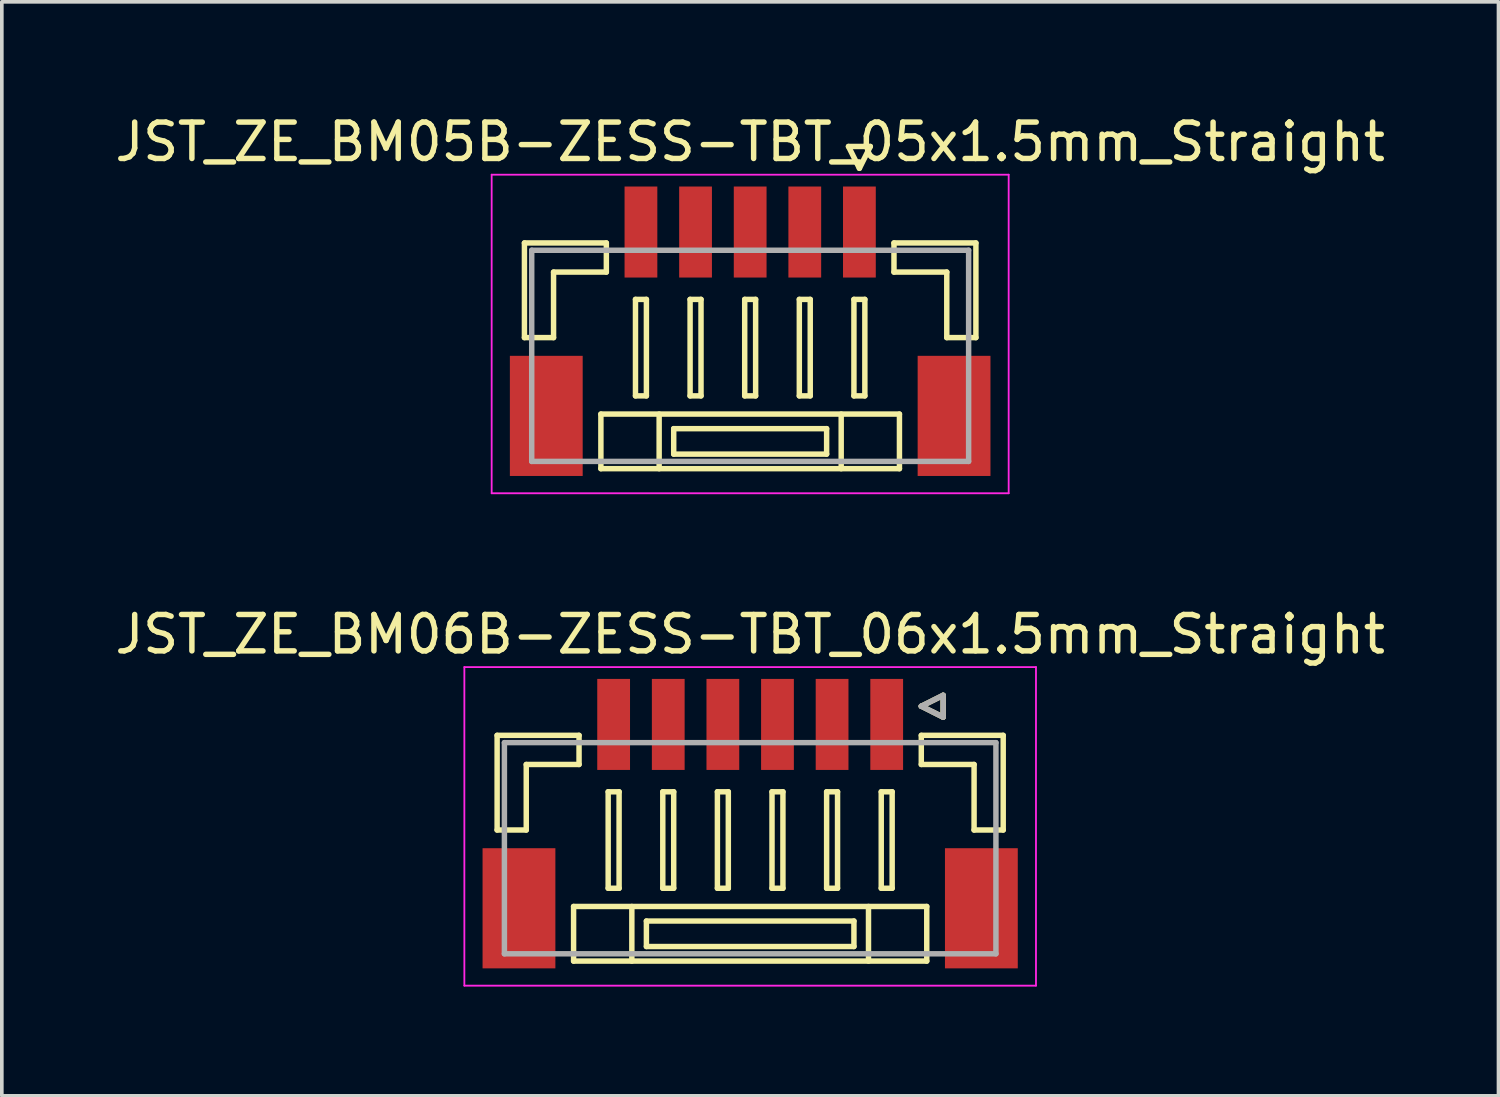
<source format=kicad_pcb>
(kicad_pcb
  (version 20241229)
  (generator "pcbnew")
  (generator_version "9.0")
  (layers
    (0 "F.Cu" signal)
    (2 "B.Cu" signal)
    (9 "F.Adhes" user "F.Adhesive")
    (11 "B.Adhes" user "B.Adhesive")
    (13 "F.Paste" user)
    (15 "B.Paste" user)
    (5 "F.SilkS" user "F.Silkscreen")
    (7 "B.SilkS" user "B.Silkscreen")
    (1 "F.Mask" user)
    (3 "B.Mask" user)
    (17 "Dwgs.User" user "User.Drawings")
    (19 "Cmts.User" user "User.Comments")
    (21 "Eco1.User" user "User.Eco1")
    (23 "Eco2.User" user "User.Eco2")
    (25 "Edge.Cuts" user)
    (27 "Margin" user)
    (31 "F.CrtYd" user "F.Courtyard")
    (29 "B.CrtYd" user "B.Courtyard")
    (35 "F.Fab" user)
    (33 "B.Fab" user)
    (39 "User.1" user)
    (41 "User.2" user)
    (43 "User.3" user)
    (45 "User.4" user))
  (footprint "JST_ZE_BM06B-ZESS-TBT_06x1.5mm_Straight"
    (layer "F.Cu")
    (at 17.554 19.372)
    (property "Reference" "JST_ZE_BM06B-ZESS-TBT_06x1.5mm_Straight" (at 0 -5 0) (layer "F.SilkS") (effects (font (size 1 1) (thickness 0.15))))
    (attr smd)
    (fp_line (start -6.95 -2.225) (end -6.95 0.375) (stroke (width 0.15) (type solid)) (layer "F.SilkS"))
    (fp_line (start -6.95 0.375) (end -6.15 0.375) (stroke (width 0.15) (type solid)) (layer "F.SilkS"))
    (fp_line (start -6.15 -1.425) (end -4.7 -1.425) (stroke (width 0.15) (type solid)) (layer "F.SilkS"))
    (fp_line (start -6.15 0.375) (end -6.15 -1.425) (stroke (width 0.15) (type solid)) (layer "F.SilkS"))
    (fp_line (start -4.85 2.475) (end -4.85 3.975) (stroke (width 0.15) (type solid)) (layer "F.SilkS"))
    (fp_line (start -4.85 3.975) (end 4.85 3.975) (stroke (width 0.15) (type solid)) (layer "F.SilkS"))
    (fp_line (start -4.7 -2.225) (end -6.95 -2.225) (stroke (width 0.15) (type solid)) (layer "F.SilkS"))
    (fp_line (start -4.7 -1.425) (end -4.7 -2.225) (stroke (width 0.15) (type solid)) (layer "F.SilkS"))
    (fp_line (start -3.9 -0.675) (end -3.9 1.975) (stroke (width 0.15) (type solid)) (layer "F.SilkS"))
    (fp_line (start -3.9 1.975) (end -3.6 1.975) (stroke (width 0.15) (type solid)) (layer "F.SilkS"))
    (fp_line (start -3.6 -0.675) (end -3.9 -0.675) (stroke (width 0.15) (type solid)) (layer "F.SilkS"))
    (fp_line (start -3.6 1.975) (end -3.6 -0.675) (stroke (width 0.15) (type solid)) (layer "F.SilkS"))
    (fp_line (start -3.25 2.475) (end -3.25 3.975) (stroke (width 0.15) (type solid)) (layer "F.SilkS"))
    (fp_line (start -2.85 2.875) (end -2.85 3.575) (stroke (width 0.15) (type solid)) (layer "F.SilkS"))
    (fp_line (start -2.85 3.575) (end 2.85 3.575) (stroke (width 0.15) (type solid)) (layer "F.SilkS"))
    (fp_line (start -2.4 -0.675) (end -2.4 1.975) (stroke (width 0.15) (type solid)) (layer "F.SilkS"))
    (fp_line (start -2.4 1.975) (end -2.1 1.975) (stroke (width 0.15) (type solid)) (layer "F.SilkS"))
    (fp_line (start -2.1 -0.675) (end -2.4 -0.675) (stroke (width 0.15) (type solid)) (layer "F.SilkS"))
    (fp_line (start -2.1 1.975) (end -2.1 -0.675) (stroke (width 0.15) (type solid)) (layer "F.SilkS"))
    (fp_line (start -0.9 -0.675) (end -0.9 1.975) (stroke (width 0.15) (type solid)) (layer "F.SilkS"))
    (fp_line (start -0.9 1.975) (end -0.6 1.975) (stroke (width 0.15) (type solid)) (layer "F.SilkS"))
    (fp_line (start -0.6 -0.675) (end -0.9 -0.675) (stroke (width 0.15) (type solid)) (layer "F.SilkS"))
    (fp_line (start -0.6 1.975) (end -0.6 -0.675) (stroke (width 0.15) (type solid)) (layer "F.SilkS"))
    (fp_line (start 0.6 -0.675) (end 0.6 1.975) (stroke (width 0.15) (type solid)) (layer "F.SilkS"))
    (fp_line (start 0.6 1.975) (end 0.9 1.975) (stroke (width 0.15) (type solid)) (layer "F.SilkS"))
    (fp_line (start 0.9 -0.675) (end 0.6 -0.675) (stroke (width 0.15) (type solid)) (layer "F.SilkS"))
    (fp_line (start 0.9 1.975) (end 0.9 -0.675) (stroke (width 0.15) (type solid)) (layer "F.SilkS"))
    (fp_line (start 2.1 -0.675) (end 2.1 1.975) (stroke (width 0.15) (type solid)) (layer "F.SilkS"))
    (fp_line (start 2.1 1.975) (end 2.4 1.975) (stroke (width 0.15) (type solid)) (layer "F.SilkS"))
    (fp_line (start 2.4 -0.675) (end 2.1 -0.675) (stroke (width 0.15) (type solid)) (layer "F.SilkS"))
    (fp_line (start 2.4 1.975) (end 2.4 -0.675) (stroke (width 0.15) (type solid)) (layer "F.SilkS"))
    (fp_line (start 2.85 2.875) (end -2.85 2.875) (stroke (width 0.15) (type solid)) (layer "F.SilkS"))
    (fp_line (start 2.85 3.575) (end 2.85 2.875) (stroke (width 0.15) (type solid)) (layer "F.SilkS"))
    (fp_line (start 3.25 2.475) (end 3.25 3.975) (stroke (width 0.15) (type solid)) (layer "F.SilkS"))
    (fp_line (start 3.6 -0.675) (end 3.6 1.975) (stroke (width 0.15) (type solid)) (layer "F.SilkS"))
    (fp_line (start 3.6 1.975) (end 3.9 1.975) (stroke (width 0.15) (type solid)) (layer "F.SilkS"))
    (fp_line (start 3.9 -0.675) (end 3.6 -0.675) (stroke (width 0.15) (type solid)) (layer "F.SilkS"))
    (fp_line (start 3.9 1.975) (end 3.9 -0.675) (stroke (width 0.15) (type solid)) (layer "F.SilkS"))
    (fp_line (start 4.7 -3.025) (end 5.3 -3.325) (stroke (width 0.15) (type solid)) (layer "F.SilkS"))
    (fp_line (start 4.7 -2.225) (end 6.95 -2.225) (stroke (width 0.15) (type solid)) (layer "F.SilkS"))
    (fp_line (start 4.7 -1.425) (end 4.7 -2.225) (stroke (width 0.15) (type solid)) (layer "F.SilkS"))
    (fp_line (start 4.85 2.475) (end -4.85 2.475) (stroke (width 0.15) (type solid)) (layer "F.SilkS"))
    (fp_line (start 4.85 3.975) (end 4.85 2.475) (stroke (width 0.15) (type solid)) (layer "F.SilkS"))
    (fp_line (start 5.3 -3.325) (end 5.3 -2.725) (stroke (width 0.15) (type solid)) (layer "F.SilkS"))
    (fp_line (start 5.3 -2.725) (end 4.7 -3.025) (stroke (width 0.15) (type solid)) (layer "F.SilkS"))
    (fp_line (start 6.15 -1.425) (end 4.7 -1.425) (stroke (width 0.15) (type solid)) (layer "F.SilkS"))
    (fp_line (start 6.15 0.375) (end 6.15 -1.425) (stroke (width 0.15) (type solid)) (layer "F.SilkS"))
    (fp_line (start 6.95 -2.225) (end 6.95 0.375) (stroke (width 0.15) (type solid)) (layer "F.SilkS"))
    (fp_line (start 6.95 0.375) (end 6.15 0.375) (stroke (width 0.15) (type solid)) (layer "F.SilkS"))
    (fp_line (start -7.85 -4.1) (end -7.85 4.65) (stroke (width 0.05) (type solid)) (layer "F.CrtYd"))
    (fp_line (start -7.85 4.65) (end 7.85 4.65) (stroke (width 0.05) (type solid)) (layer "F.CrtYd"))
    (fp_line (start 7.85 -4.1) (end -7.85 -4.1) (stroke (width 0.05) (type solid)) (layer "F.CrtYd"))
    (fp_line (start 7.85 4.65) (end 7.85 -4.1) (stroke (width 0.05) (type solid)) (layer "F.CrtYd"))
    (fp_line (start -6.75 -2.025) (end -6.75 3.775) (stroke (width 0.15) (type solid)) (layer "F.Fab"))
    (fp_line (start -6.75 3.775) (end 6.75 3.775) (stroke (width 0.15) (type solid)) (layer "F.Fab"))
    (fp_line (start 4.7 -3.025) (end 5.3 -3.325) (stroke (width 0.15) (type solid)) (layer "F.Fab"))
    (fp_line (start 5.3 -3.325) (end 5.3 -2.725) (stroke (width 0.15) (type solid)) (layer "F.Fab"))
    (fp_line (start 5.3 -2.725) (end 4.7 -3.025) (stroke (width 0.15) (type solid)) (layer "F.Fab"))
    (fp_line (start 6.75 -2.025) (end -6.75 -2.025) (stroke (width 0.15) (type solid)) (layer "F.Fab"))
    (fp_line (start 6.75 3.775) (end 6.75 -2.025) (stroke (width 0.15) (type solid)) (layer "F.Fab"))
    (pad "" smd rect (at -6.35 2.525) (size 2 3.3) (layers "F.Cu" "F.Mask" "F.Paste"))
    (pad "" smd rect (at 6.35 2.525) (size 2 3.3) (layers "F.Cu" "F.Mask" "F.Paste"))
    (pad "1" smd rect (at 3.75 -2.525) (size 0.9 2.5) (layers "F.Cu" "F.Mask" "F.Paste"))
    (pad "2" smd rect (at 2.25 -2.525) (size 0.9 2.5) (layers "F.Cu" "F.Mask" "F.Paste"))
    (pad "3" smd rect (at 0.75 -2.525) (size 0.9 2.5) (layers "F.Cu" "F.Mask" "F.Paste"))
    (pad "4" smd rect (at -0.75 -2.525) (size 0.9 2.5) (layers "F.Cu" "F.Mask" "F.Paste"))
    (pad "5" smd rect (at -2.25 -2.525) (size 0.9 2.5) (layers "F.Cu" "F.Mask" "F.Paste"))
    (pad "6" smd rect (at -3.75 -2.525) (size 0.9 2.5) (layers "F.Cu" "F.Mask" "F.Paste")))
  (footprint "JST_ZE_BM05B-ZESS-TBT_05x1.5mm_Straight"
    (layer "F.Cu")
    (at 17.554 5.848)
    (property "Reference" "JST_ZE_BM05B-ZESS-TBT_05x1.5mm_Straight" (at 0 -5 0) (layer "F.SilkS") (effects (font (size 1 1) (thickness 0.15))))
    (attr smd)
    (fp_line (start -6.2 -2.225) (end -6.2 0.375) (stroke (width 0.15) (type solid)) (layer "F.SilkS"))
    (fp_line (start -6.2 0.375) (end -5.4 0.375) (stroke (width 0.15) (type solid)) (layer "F.SilkS"))
    (fp_line (start -5.4 -1.425) (end -3.95 -1.425) (stroke (width 0.15) (type solid)) (layer "F.SilkS"))
    (fp_line (start -5.4 0.375) (end -5.4 -1.425) (stroke (width 0.15) (type solid)) (layer "F.SilkS"))
    (fp_line (start -4.1 2.475) (end -4.1 3.975) (stroke (width 0.15) (type solid)) (layer "F.SilkS"))
    (fp_line (start -4.1 3.975) (end 4.1 3.975) (stroke (width 0.15) (type solid)) (layer "F.SilkS"))
    (fp_line (start -3.95 -2.225) (end -6.2 -2.225) (stroke (width 0.15) (type solid)) (layer "F.SilkS"))
    (fp_line (start -3.95 -1.425) (end -3.95 -2.225) (stroke (width 0.15) (type solid)) (layer "F.SilkS"))
    (fp_line (start -3.15 -0.675) (end -3.15 1.975) (stroke (width 0.15) (type solid)) (layer "F.SilkS"))
    (fp_line (start -3.15 1.975) (end -2.85 1.975) (stroke (width 0.15) (type solid)) (layer "F.SilkS"))
    (fp_line (start -2.85 -0.675) (end -3.15 -0.675) (stroke (width 0.15) (type solid)) (layer "F.SilkS"))
    (fp_line (start -2.85 1.975) (end -2.85 -0.675) (stroke (width 0.15) (type solid)) (layer "F.SilkS"))
    (fp_line (start -2.5 2.475) (end -2.5 3.975) (stroke (width 0.15) (type solid)) (layer "F.SilkS"))
    (fp_line (start -2.1 2.875) (end -2.1 3.575) (stroke (width 0.15) (type solid)) (layer "F.SilkS"))
    (fp_line (start -2.1 3.575) (end 2.1 3.575) (stroke (width 0.15) (type solid)) (layer "F.SilkS"))
    (fp_line (start -1.65 -0.675) (end -1.65 1.975) (stroke (width 0.15) (type solid)) (layer "F.SilkS"))
    (fp_line (start -1.65 1.975) (end -1.35 1.975) (stroke (width 0.15) (type solid)) (layer "F.SilkS"))
    (fp_line (start -1.35 -0.675) (end -1.65 -0.675) (stroke (width 0.15) (type solid)) (layer "F.SilkS"))
    (fp_line (start -1.35 1.975) (end -1.35 -0.675) (stroke (width 0.15) (type solid)) (layer "F.SilkS"))
    (fp_line (start -0.15 -0.675) (end -0.15 1.975) (stroke (width 0.15) (type solid)) (layer "F.SilkS"))
    (fp_line (start -0.15 1.975) (end 0.15 1.975) (stroke (width 0.15) (type solid)) (layer "F.SilkS"))
    (fp_line (start 0.15 -0.675) (end -0.15 -0.675) (stroke (width 0.15) (type solid)) (layer "F.SilkS"))
    (fp_line (start 0.15 1.975) (end 0.15 -0.675) (stroke (width 0.15) (type solid)) (layer "F.SilkS"))
    (fp_line (start 1.35 -0.675) (end 1.35 1.975) (stroke (width 0.15) (type solid)) (layer "F.SilkS"))
    (fp_line (start 1.35 1.975) (end 1.65 1.975) (stroke (width 0.15) (type solid)) (layer "F.SilkS"))
    (fp_line (start 1.65 -0.675) (end 1.35 -0.675) (stroke (width 0.15) (type solid)) (layer "F.SilkS"))
    (fp_line (start 1.65 1.975) (end 1.65 -0.675) (stroke (width 0.15) (type solid)) (layer "F.SilkS"))
    (fp_line (start 2.1 2.875) (end -2.1 2.875) (stroke (width 0.15) (type solid)) (layer "F.SilkS"))
    (fp_line (start 2.1 3.575) (end 2.1 2.875) (stroke (width 0.15) (type solid)) (layer "F.SilkS"))
    (fp_line (start 2.5 2.475) (end 2.5 3.975) (stroke (width 0.15) (type solid)) (layer "F.SilkS"))
    (fp_line (start 2.7 -4.875) (end 3 -4.275) (stroke (width 0.15) (type solid)) (layer "F.SilkS"))
    (fp_line (start 2.85 -0.675) (end 2.85 1.975) (stroke (width 0.15) (type solid)) (layer "F.SilkS"))
    (fp_line (start 2.85 1.975) (end 3.15 1.975) (stroke (width 0.15) (type solid)) (layer "F.SilkS"))
    (fp_line (start 3 -4.275) (end 3.3 -4.875) (stroke (width 0.15) (type solid)) (layer "F.SilkS"))
    (fp_line (start 3.15 -0.675) (end 2.85 -0.675) (stroke (width 0.15) (type solid)) (layer "F.SilkS"))
    (fp_line (start 3.15 1.975) (end 3.15 -0.675) (stroke (width 0.15) (type solid)) (layer "F.SilkS"))
    (fp_line (start 3.3 -4.875) (end 2.7 -4.875) (stroke (width 0.15) (type solid)) (layer "F.SilkS"))
    (fp_line (start 3.95 -2.225) (end 6.2 -2.225) (stroke (width 0.15) (type solid)) (layer "F.SilkS"))
    (fp_line (start 3.95 -1.425) (end 3.95 -2.225) (stroke (width 0.15) (type solid)) (layer "F.SilkS"))
    (fp_line (start 4.1 2.475) (end -4.1 2.475) (stroke (width 0.15) (type solid)) (layer "F.SilkS"))
    (fp_line (start 4.1 3.975) (end 4.1 2.475) (stroke (width 0.15) (type solid)) (layer "F.SilkS"))
    (fp_line (start 5.4 -1.425) (end 3.95 -1.425) (stroke (width 0.15) (type solid)) (layer "F.SilkS"))
    (fp_line (start 5.4 0.375) (end 5.4 -1.425) (stroke (width 0.15) (type solid)) (layer "F.SilkS"))
    (fp_line (start 6.2 -2.225) (end 6.2 0.375) (stroke (width 0.15) (type solid)) (layer "F.SilkS"))
    (fp_line (start 6.2 0.375) (end 5.4 0.375) (stroke (width 0.15) (type solid)) (layer "F.SilkS"))
    (fp_line (start -7.1 -4.1) (end -7.1 4.65) (stroke (width 0.05) (type solid)) (layer "F.CrtYd"))
    (fp_line (start -7.1 4.65) (end 7.1 4.65) (stroke (width 0.05) (type solid)) (layer "F.CrtYd"))
    (fp_line (start 7.1 -4.1) (end -7.1 -4.1) (stroke (width 0.05) (type solid)) (layer "F.CrtYd"))
    (fp_line (start 7.1 4.65) (end 7.1 -4.1) (stroke (width 0.05) (type solid)) (layer "F.CrtYd"))
    (fp_line (start -6 -2.025) (end -6 3.775) (stroke (width 0.15) (type solid)) (layer "F.Fab"))
    (fp_line (start -6 3.775) (end 6 3.775) (stroke (width 0.15) (type solid)) (layer "F.Fab"))
    (fp_line (start 6 -2.025) (end -6 -2.025) (stroke (width 0.15) (type solid)) (layer "F.Fab"))
    (fp_line (start 6 3.775) (end 6 -2.025) (stroke (width 0.15) (type solid)) (layer "F.Fab"))
    (pad "" smd rect (at -5.6 2.525) (size 2 3.3) (layers "F.Cu" "F.Mask" "F.Paste"))
    (pad "" smd rect (at 5.6 2.525) (size 2 3.3) (layers "F.Cu" "F.Mask" "F.Paste"))
    (pad "1" smd rect (at 3 -2.525) (size 0.9 2.5) (layers "F.Cu" "F.Mask" "F.Paste"))
    (pad "2" smd rect (at 1.5 -2.525) (size 0.9 2.5) (layers "F.Cu" "F.Mask" "F.Paste"))
    (pad "3" smd rect (at 0 -2.525) (size 0.9 2.5) (layers "F.Cu" "F.Mask" "F.Paste"))
    (pad "4" smd rect (at -1.5 -2.525) (size 0.9 2.5) (layers "F.Cu" "F.Mask" "F.Paste"))
    (pad "5" smd rect (at -3 -2.525) (size 0.9 2.5) (layers "F.Cu" "F.Mask" "F.Paste")))
  (gr_rect
    (start -3 -3)
    (end 38.107 27.047)
    (stroke (width 0.1) (type default))
    (fill no)
    (layer "Edge.Cuts")))
</source>
